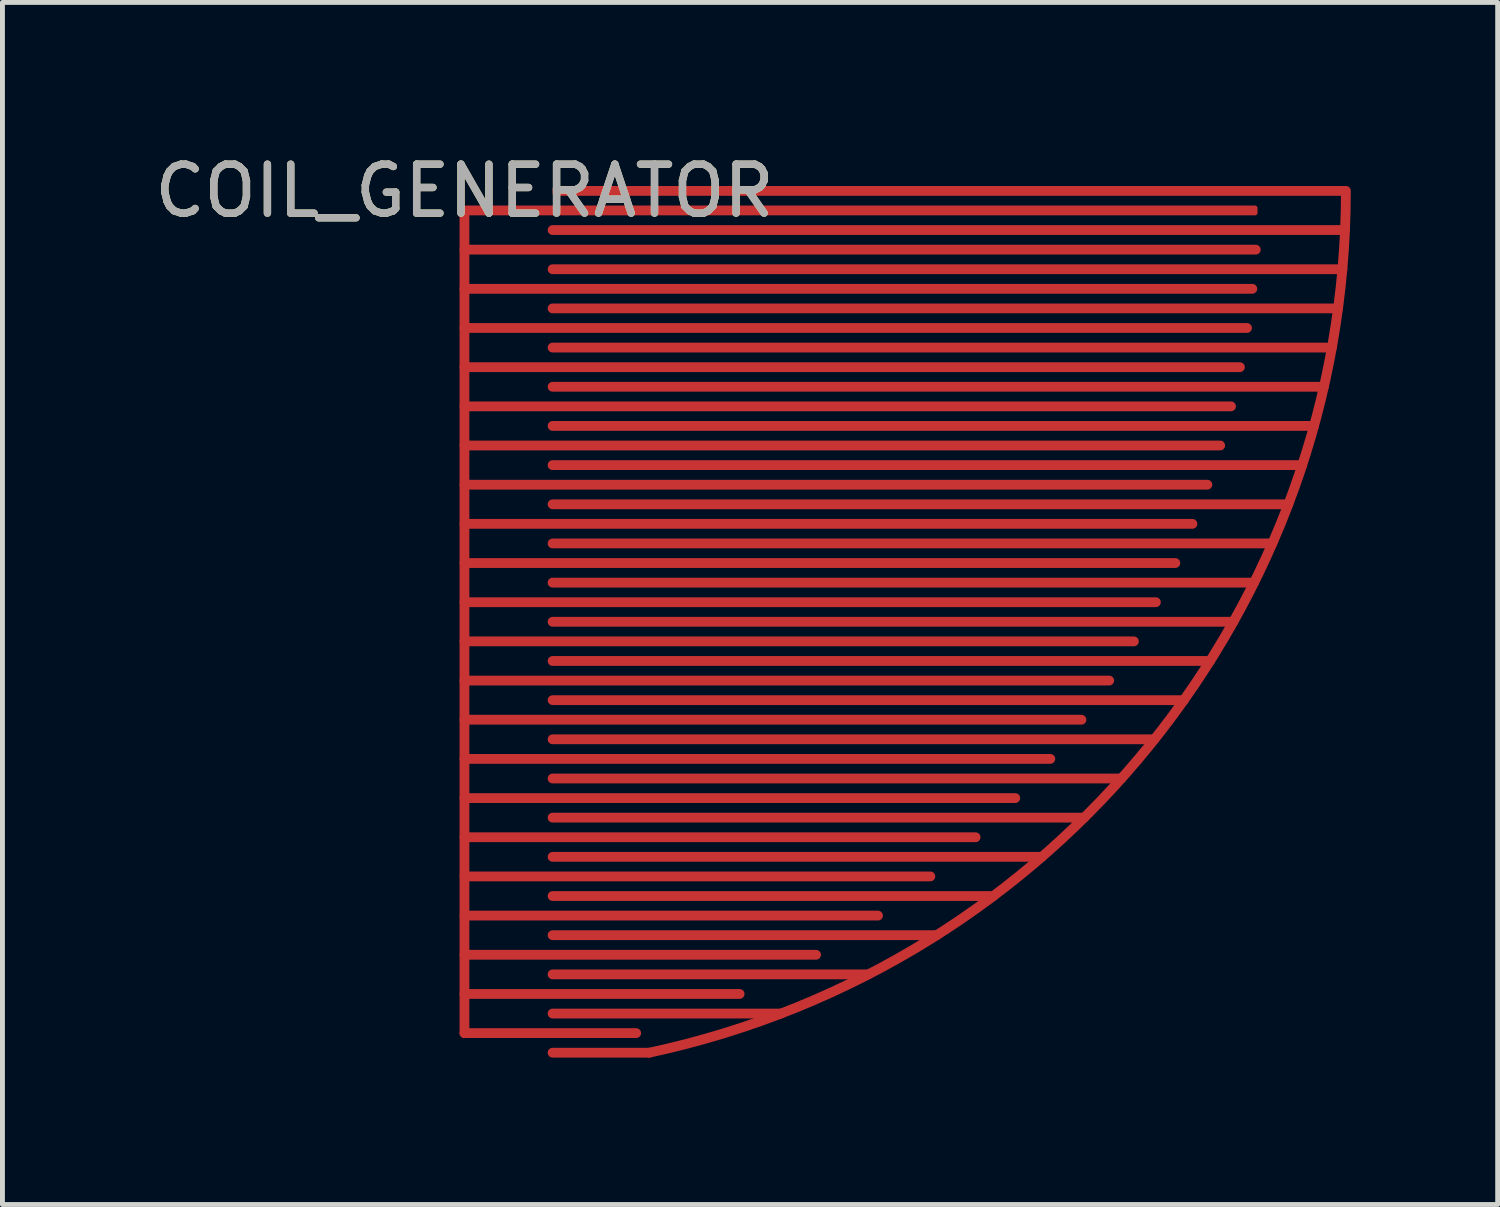
<source format=kicad_pcb>
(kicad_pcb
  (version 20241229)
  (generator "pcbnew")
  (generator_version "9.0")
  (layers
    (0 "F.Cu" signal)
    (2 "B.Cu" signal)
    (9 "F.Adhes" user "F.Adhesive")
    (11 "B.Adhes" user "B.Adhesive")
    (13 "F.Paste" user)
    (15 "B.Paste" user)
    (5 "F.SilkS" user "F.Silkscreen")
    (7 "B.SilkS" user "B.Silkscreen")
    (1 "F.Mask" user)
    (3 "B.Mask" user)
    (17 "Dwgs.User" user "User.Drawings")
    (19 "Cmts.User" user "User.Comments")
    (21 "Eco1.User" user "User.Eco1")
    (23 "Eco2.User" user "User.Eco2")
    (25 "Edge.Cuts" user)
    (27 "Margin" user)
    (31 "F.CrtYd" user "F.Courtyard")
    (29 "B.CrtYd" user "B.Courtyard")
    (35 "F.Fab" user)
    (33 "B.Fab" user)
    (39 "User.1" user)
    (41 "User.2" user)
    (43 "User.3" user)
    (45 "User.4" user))
  (footprint "COIL_GENERATOR"
    (layer "F.Cu")
    (at 6.435 0.848)
    (property "Reference" "COIL_GENERATOR" (at 0 0 0) (unlocked yes) (layer "F.SilkS") (effects (font (size 1 1) (thickness 0.15))))
    (attr smd exclude_from_pos_files exclude_from_bom allow_missing_courtyard)
    (fp_line (start 0 0.4) (end 0 17.2) (stroke (width 0.2) (type default)) (layer "F.Cu"))
    (fp_line (start 0 1.2) (end 16.16 1.2) (stroke (width 0.2) (type default)) (layer "F.Cu"))
    (fp_line (start 0 2) (end 16.089 2) (stroke (width 0.2) (type default)) (layer "F.Cu"))
    (fp_line (start 0 2.8) (end 15.981 2.8) (stroke (width 0.2) (type default)) (layer "F.Cu"))
    (fp_line (start 0 3.6) (end 15.836 3.6) (stroke (width 0.2) (type default)) (layer "F.Cu"))
    (fp_line (start 0 4.4) (end 15.654 4.4) (stroke (width 0.2) (type default)) (layer "F.Cu"))
    (fp_line (start 0 5.2) (end 15.433 5.2) (stroke (width 0.2) (type default)) (layer "F.Cu"))
    (fp_line (start 0 6) (end 15.171 6) (stroke (width 0.2) (type default)) (layer "F.Cu"))
    (fp_line (start 0 6.8) (end 14.866 6.8) (stroke (width 0.2) (type default)) (layer "F.Cu"))
    (fp_line (start 0 7.6) (end 14.517 7.6) (stroke (width 0.2) (type default)) (layer "F.Cu"))
    (fp_line (start 0 8.4) (end 14.12 8.4) (stroke (width 0.2) (type default)) (layer "F.Cu"))
    (fp_line (start 0 9.2) (end 13.671 9.2) (stroke (width 0.2) (type default)) (layer "F.Cu"))
    (fp_line (start 0 10) (end 13.167 10) (stroke (width 0.2) (type default)) (layer "F.Cu"))
    (fp_line (start 0 10.8) (end 12.6 10.8) (stroke (width 0.2) (type default)) (layer "F.Cu"))
    (fp_line (start 0 11.6) (end 11.964 11.6) (stroke (width 0.2) (type default)) (layer "F.Cu"))
    (fp_line (start 0 12.4) (end 11.248 12.4) (stroke (width 0.2) (type default)) (layer "F.Cu"))
    (fp_line (start 0 13.2) (end 10.438 13.2) (stroke (width 0.2) (type default)) (layer "F.Cu"))
    (fp_line (start 0 14) (end 9.514 14) (stroke (width 0.2) (type default)) (layer "F.Cu"))
    (fp_line (start 0 14.8) (end 8.445 14.8) (stroke (width 0.2) (type default)) (layer "F.Cu"))
    (fp_line (start 0 15.6) (end 7.18 15.6) (stroke (width 0.2) (type default)) (layer "F.Cu"))
    (fp_line (start 0 16.4) (end 5.619 16.4) (stroke (width 0.2) (type default)) (layer "F.Cu"))
    (fp_line (start 0 17.2) (end 3.507 17.2) (stroke (width 0.2) (type default)) (layer "F.Cu"))
    (fp_line (start 1.8 0.8) (end 17.982 0.8) (stroke (width 0.2) (type default)) (layer "F.Cu"))
    (fp_line (start 1.8 1.6) (end 17.929 1.6) (stroke (width 0.2) (type default)) (layer "F.Cu"))
    (fp_line (start 1.8 2.4) (end 17.839 2.4) (stroke (width 0.2) (type default)) (layer "F.Cu"))
    (fp_line (start 1.8 3.2) (end 17.713 3.2) (stroke (width 0.2) (type default)) (layer "F.Cu"))
    (fp_line (start 1.8 4) (end 17.55 4) (stroke (width 0.2) (type default)) (layer "F.Cu"))
    (fp_line (start 1.8 4.8) (end 17.348 4.8) (stroke (width 0.2) (type default)) (layer "F.Cu"))
    (fp_line (start 1.8 5.6) (end 17.107 5.6) (stroke (width 0.2) (type default)) (layer "F.Cu"))
    (fp_line (start 1.8 6.4) (end 16.824 6.4) (stroke (width 0.2) (type default)) (layer "F.Cu"))
    (fp_line (start 1.8 7.2) (end 16.497 7.2) (stroke (width 0.2) (type default)) (layer "F.Cu"))
    (fp_line (start 1.8 8) (end 16.125 8) (stroke (width 0.2) (type default)) (layer "F.Cu"))
    (fp_line (start 1.8 8.8) (end 15.702 8.8) (stroke (width 0.2) (type default)) (layer "F.Cu"))
    (fp_line (start 1.8 9.6) (end 15.226 9.6) (stroke (width 0.2) (type default)) (layer "F.Cu"))
    (fp_line (start 1.8 10.4) (end 14.691 10.4) (stroke (width 0.2) (type default)) (layer "F.Cu"))
    (fp_line (start 1.8 11.2) (end 14.091 11.2) (stroke (width 0.2) (type default)) (layer "F.Cu"))
    (fp_line (start 1.8 12) (end 13.416 12) (stroke (width 0.2) (type default)) (layer "F.Cu"))
    (fp_line (start 1.8 12.8) (end 12.655 12.8) (stroke (width 0.2) (type default)) (layer "F.Cu"))
    (fp_line (start 1.8 13.6) (end 11.792 13.6) (stroke (width 0.2) (type default)) (layer "F.Cu"))
    (fp_line (start 1.8 14.4) (end 10.8 14.4) (stroke (width 0.2) (type default)) (layer "F.Cu"))
    (fp_line (start 1.8 15.2) (end 9.642 15.2) (stroke (width 0.2) (type default)) (layer "F.Cu"))
    (fp_line (start 1.8 16) (end 8.246 16) (stroke (width 0.2) (type default)) (layer "F.Cu"))
    (fp_line (start 1.8 16.8) (end 6.462 16.8) (stroke (width 0.2) (type default)) (layer "F.Cu"))
    (fp_line (start 1.8 17.6) (end 3.774 17.6) (stroke (width 0.2) (type default)) (layer "F.Cu"))
    (fp_arc (start 18 0) (mid 12.728 12.728) (end 3.774 17.6) (stroke (width 0.2) (type default)) (layer "F.Cu"))
    (fp_text user "${REFERENCE}" (at 0 0 0) (unlocked yes) (layer "F.Fab") (effects (font (size 1 1) (thickness 0.15))))
    (pad "1" smd roundrect (at 8.098 0.4) (size 16.196 0.2) (layers "F.Cu") (roundrect_rratio 0.25))
    (pad "2" smd roundrect (at 9.9 0) (size 16.2 0.2) (layers "F.Cu") (roundrect_rratio 0.25)))
  (gr_rect
    (start -3 -3)
    (end 27.535 21.548)
    (stroke (width 0.1) (type default))
    (fill no)
    (layer "Edge.Cuts")))
</source>
